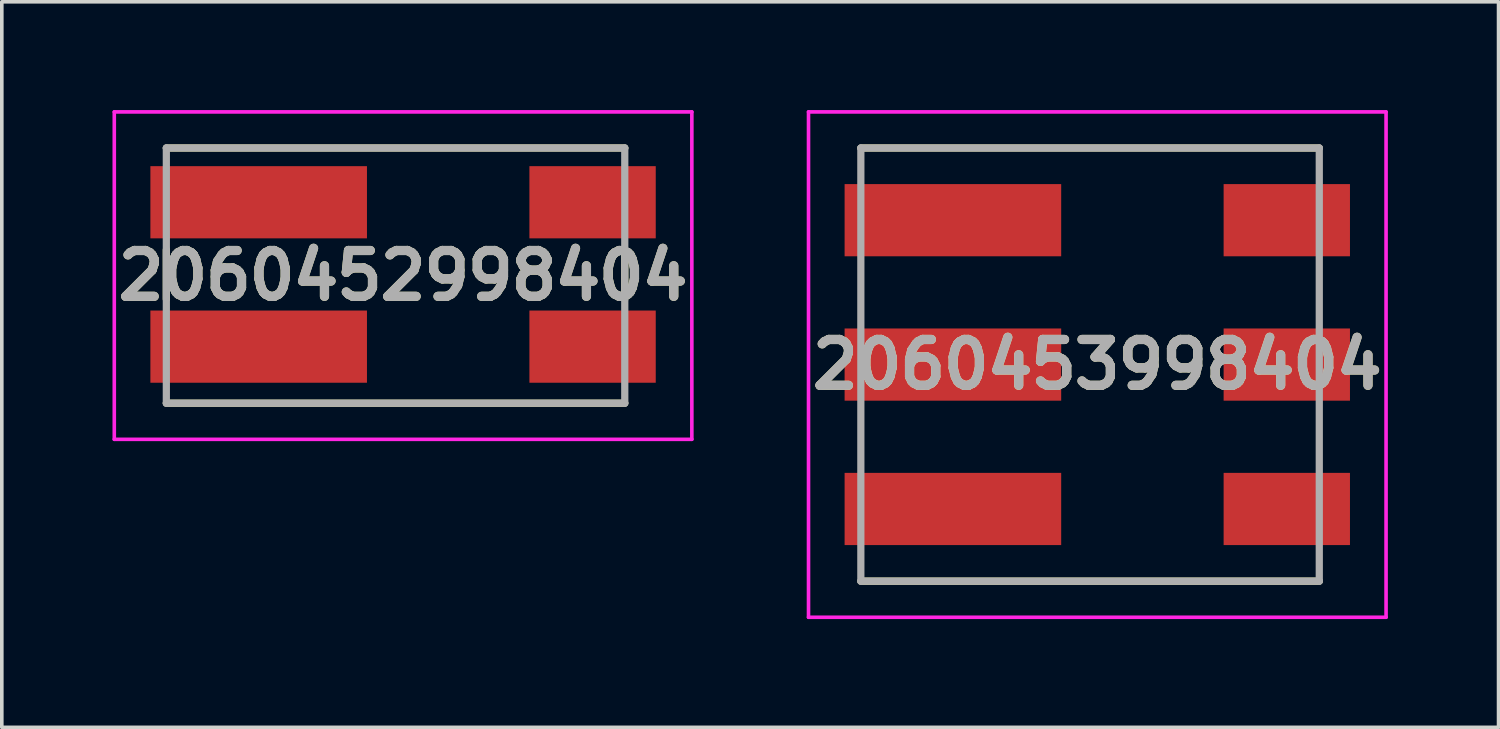
<source format=kicad_pcb>
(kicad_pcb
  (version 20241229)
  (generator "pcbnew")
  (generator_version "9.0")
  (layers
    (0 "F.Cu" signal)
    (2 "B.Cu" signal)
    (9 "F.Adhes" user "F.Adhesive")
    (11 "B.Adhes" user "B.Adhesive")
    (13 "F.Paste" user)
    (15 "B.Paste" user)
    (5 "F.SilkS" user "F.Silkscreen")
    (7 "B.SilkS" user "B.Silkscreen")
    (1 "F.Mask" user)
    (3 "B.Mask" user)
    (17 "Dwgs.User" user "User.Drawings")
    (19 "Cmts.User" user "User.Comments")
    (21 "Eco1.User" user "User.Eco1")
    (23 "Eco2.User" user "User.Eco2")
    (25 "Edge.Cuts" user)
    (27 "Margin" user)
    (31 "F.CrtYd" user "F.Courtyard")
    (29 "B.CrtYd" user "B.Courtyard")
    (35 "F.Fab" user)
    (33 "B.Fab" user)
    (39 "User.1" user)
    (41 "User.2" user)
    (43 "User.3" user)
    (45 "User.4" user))
  (footprint "2060453998404"
    (layer "F.Cu")
    (at 20.798 7.05)
    (property "Reference" "2060453998404" (at 6.55 0 0) (layer "F.SilkS") (effects (font (size 1.27 1.27) (thickness 0.254))))
    (attr smd)
    (fp_line (start 0 -6) (end 12.7 -6) (stroke (width 0.2) (type solid)) (layer "F.SilkS"))
    (fp_line (start 12.7 6) (end 0 6) (stroke (width 0.2) (type solid)) (layer "F.SilkS"))
    (fp_line (start -1.45 -7) (end 14.55 -7) (stroke (width 0.1) (type solid)) (layer "F.CrtYd"))
    (fp_line (start -1.45 7) (end -1.45 -7) (stroke (width 0.1) (type solid)) (layer "F.CrtYd"))
    (fp_line (start 14.55 -7) (end 14.55 7) (stroke (width 0.1) (type solid)) (layer "F.CrtYd"))
    (fp_line (start 14.55 7) (end -1.45 7) (stroke (width 0.1) (type solid)) (layer "F.CrtYd"))
    (fp_line (start 0 -6) (end 12.7 -6) (stroke (width 0.2) (type solid)) (layer "F.Fab"))
    (fp_line (start 0 6) (end 0 -6) (stroke (width 0.2) (type solid)) (layer "F.Fab"))
    (fp_line (start 12.7 -6) (end 12.7 6) (stroke (width 0.2) (type solid)) (layer "F.Fab"))
    (fp_line (start 12.7 6) (end 0 6) (stroke (width 0.2) (type solid)) (layer "F.Fab"))
    (fp_text user "${REFERENCE}" (at 6.55 0 0) (layer "F.Fab") (effects (font (size 1.27 1.27) (thickness 0.254))))
    (pad "1" smd rect (at 11.8 -4 90) (size 2 3.5) (layers "F.Cu" "F.Mask" "F.Paste"))
    (pad "2" smd rect (at 11.8 0 90) (size 2 3.5) (layers "F.Cu" "F.Mask" "F.Paste"))
    (pad "3" smd rect (at 11.8 4 90) (size 2 3.5) (layers "F.Cu" "F.Mask" "F.Paste"))
    (pad "4" smd rect (at 2.55 -4 90) (size 2 6) (layers "F.Cu" "F.Mask" "F.Paste"))
    (pad "5" smd rect (at 2.55 0 90) (size 2 6) (layers "F.Cu" "F.Mask" "F.Paste"))
    (pad "6" smd rect (at 2.55 4 90) (size 2 6) (layers "F.Cu" "F.Mask" "F.Paste")))
  (footprint "2060452998404"
    (layer "F.Cu")
    (at 1.558 4.553)
    (property "Reference" "2060452998404" (at 6.558 0.032 0) (layer "F.SilkS") (effects (font (size 1.27 1.27) (thickness 0.254))))
    (attr smd)
    (fp_line (start 0 -3.503) (end 12.7 -3.503) (stroke (width 0.2) (type solid)) (layer "F.SilkS"))
    (fp_line (start 0 -0.684) (end 0 0.684) (stroke (width 0.2) (type solid)) (layer "F.SilkS"))
    (fp_line (start 12.7 -0.684) (end 12.7 0.684) (stroke (width 0.2) (type solid)) (layer "F.SilkS"))
    (fp_line (start 12.7 3.567) (end 0 3.567) (stroke (width 0.2) (type solid)) (layer "F.SilkS"))
    (fp_line (start -1.442 -4.503) (end 14.558 -4.503) (stroke (width 0.1) (type solid)) (layer "F.CrtYd"))
    (fp_line (start -1.442 4.567) (end -1.442 -4.503) (stroke (width 0.1) (type solid)) (layer "F.CrtYd"))
    (fp_line (start 14.558 -4.503) (end 14.558 4.567) (stroke (width 0.1) (type solid)) (layer "F.CrtYd"))
    (fp_line (start 14.558 4.567) (end -1.442 4.567) (stroke (width 0.1) (type solid)) (layer "F.CrtYd"))
    (fp_line (start 0 -3.503) (end 12.7 -3.503) (stroke (width 0.2) (type solid)) (layer "F.Fab"))
    (fp_line (start 0 3.567) (end 0 -3.503) (stroke (width 0.2) (type solid)) (layer "F.Fab"))
    (fp_line (start 12.7 -3.503) (end 12.7 3.567) (stroke (width 0.2) (type solid)) (layer "F.Fab"))
    (fp_line (start 12.7 3.567) (end 0 3.567) (stroke (width 0.2) (type solid)) (layer "F.Fab"))
    (fp_text user "${REFERENCE}" (at 6.558 0.032 0) (layer "F.Fab") (effects (font (size 1.27 1.27) (thickness 0.254))))
    (pad "1" smd rect (at 11.808 -2 90) (size 2 3.5) (layers "F.Cu" "F.Mask" "F.Paste"))
    (pad "2" smd rect (at 11.808 2 90) (size 2 3.5) (layers "F.Cu" "F.Mask" "F.Paste"))
    (pad "3" smd rect (at 2.558 -2 90) (size 2 6) (layers "F.Cu" "F.Mask" "F.Paste"))
    (pad "4" smd rect (at 2.558 2 90) (size 2 6) (layers "F.Cu" "F.Mask" "F.Paste")))
  (gr_rect
    (start -3 -3)
    (end 38.464 17.1)
    (stroke (width 0.1) (type default))
    (fill no)
    (layer "Edge.Cuts")))
</source>
